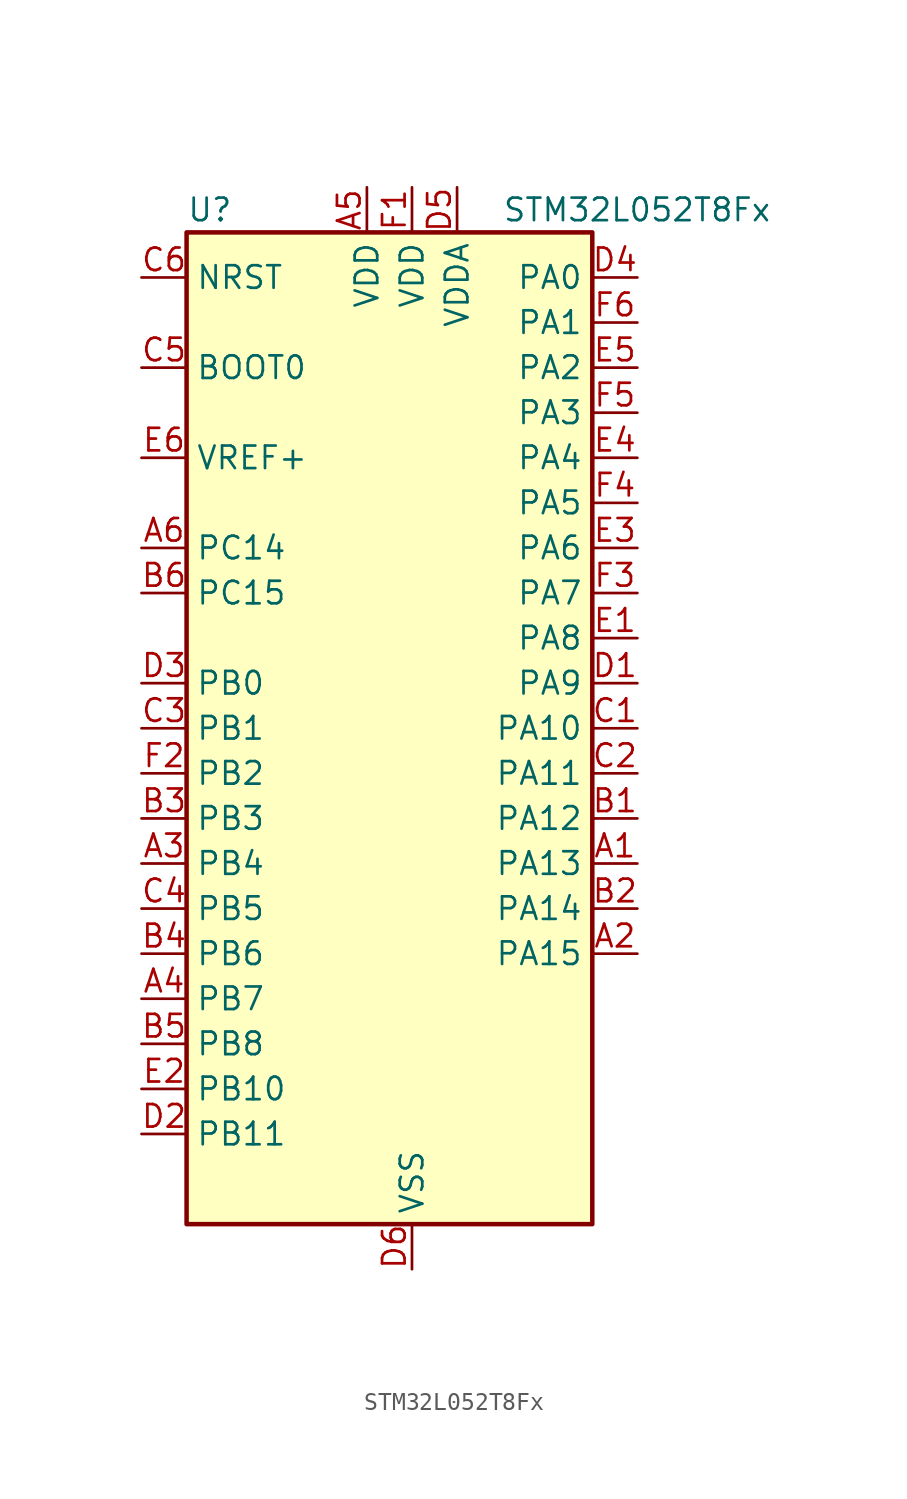
<source format=kicad_sym>
(kicad_symbol_lib
  (version 20220914)
  (generator kicad_symbol_editor)
  (symbol "STM32L052T8Fx"
    (property "Reference" "U"
      (at -10.16 29.21 0)
      (effects (font (size 1.27 1.27)) (justify left)))
    (property "Value" "STM32L052T8Fx"
      (at 7.62 29.21 0)
      (effects (font (size 1.27 1.27)) (justify left)))
    (property "ki_locked" ""
      (at 0 0 0)
      (effects (font (size 1.27 1.27))))
    (symbol "STM32L052T8Fx_0_1"
      (rectangle (start -10.16 -27.94) (end 12.7 27.94) (stroke (width 0.254) (type default)) (fill (type background))))
    (symbol "STM32L052T8Fx_1_1"
      (pin bidirectional line (at 15.24 -7.62 180) (length 2.54) (name "PA13" (effects (font (size 1.27 1.27)))) (number "A1" (effects (font (size 1.27 1.27)))) (alternate "SYS_SWDIO" bidirectional line) (alternate "USB_NOE" bidirectional line))
      (pin bidirectional line (at 15.24 -12.7 180) (length 2.54) (name "PA15" (effects (font (size 1.27 1.27)))) (number "A2" (effects (font (size 1.27 1.27)))) (alternate "SPI1_NSS" bidirectional line) (alternate "TIM2_CH1" bidirectional line) (alternate "TIM2_ETR" bidirectional line) (alternate "USART2_RX" bidirectional line))
      (pin bidirectional line (at -12.7 -7.62 0) (length 2.54) (name "PB4" (effects (font (size 1.27 1.27)))) (number "A3" (effects (font (size 1.27 1.27)))) (alternate "COMP2_INP" bidirectional line) (alternate "SPI1_MISO" bidirectional line) (alternate "TIM22_CH1" bidirectional line) (alternate "TSC_G5_IO2" bidirectional line))
      (pin bidirectional line (at -12.7 -15.24 0) (length 2.54) (name "PB7" (effects (font (size 1.27 1.27)))) (number "A4" (effects (font (size 1.27 1.27)))) (alternate "COMP2_INP" bidirectional line) (alternate "I2C1_SDA" bidirectional line) (alternate "LPTIM1_IN2" bidirectional line) (alternate "SYS_PVD_IN" bidirectional line) (alternate "TSC_G5_IO4" bidirectional line) (alternate "USART1_RX" bidirectional line))
      (pin power_in line (at 0 30.48 270) (length 2.54) (name "VDD" (effects (font (size 1.27 1.27)))) (number "A5" (effects (font (size 1.27 1.27)))))
      (pin bidirectional line (at -12.7 10.16 0) (length 2.54) (name "PC14" (effects (font (size 1.27 1.27)))) (number "A6" (effects (font (size 1.27 1.27)))) (alternate "RCC_OSC32_IN" bidirectional line))
      (pin bidirectional line (at 15.24 -5.08 180) (length 2.54) (name "PA12" (effects (font (size 1.27 1.27)))) (number "B1" (effects (font (size 1.27 1.27)))) (alternate "COMP2_OUT" bidirectional line) (alternate "SPI1_MOSI" bidirectional line) (alternate "TSC_G4_IO4" bidirectional line) (alternate "USART1_DE" bidirectional line) (alternate "USART1_RTS" bidirectional line) (alternate "USB_DP" bidirectional line))
      (pin bidirectional line (at 15.24 -10.16 180) (length 2.54) (name "PA14" (effects (font (size 1.27 1.27)))) (number "B2" (effects (font (size 1.27 1.27)))) (alternate "SYS_SWCLK" bidirectional line) (alternate "USART2_TX" bidirectional line))
      (pin bidirectional line (at -12.7 -5.08 0) (length 2.54) (name "PB3" (effects (font (size 1.27 1.27)))) (number "B3" (effects (font (size 1.27 1.27)))) (alternate "COMP2_INM" bidirectional line) (alternate "SPI1_SCK" bidirectional line) (alternate "TIM2_CH2" bidirectional line) (alternate "TSC_G5_IO1" bidirectional line))
      (pin bidirectional line (at -12.7 -12.7 0) (length 2.54) (name "PB6" (effects (font (size 1.27 1.27)))) (number "B4" (effects (font (size 1.27 1.27)))) (alternate "COMP2_INP" bidirectional line) (alternate "I2C1_SCL" bidirectional line) (alternate "LPTIM1_ETR" bidirectional line) (alternate "TSC_G5_IO3" bidirectional line) (alternate "USART1_TX" bidirectional line))
      (pin bidirectional line (at -12.7 -17.78 0) (length 2.54) (name "PB8" (effects (font (size 1.27 1.27)))) (number "B5" (effects (font (size 1.27 1.27)))) (alternate "I2C1_SCL" bidirectional line) (alternate "TSC_SYNC" bidirectional line))
      (pin bidirectional line (at -12.7 7.62 0) (length 2.54) (name "PC15" (effects (font (size 1.27 1.27)))) (number "B6" (effects (font (size 1.27 1.27)))) (alternate "RCC_OSC32_OUT" bidirectional line))
      (pin bidirectional line (at 15.24 0 180) (length 2.54) (name "PA10" (effects (font (size 1.27 1.27)))) (number "C1" (effects (font (size 1.27 1.27)))) (alternate "TSC_G4_IO2" bidirectional line) (alternate "USART1_RX" bidirectional line))
      (pin bidirectional line (at 15.24 -2.54 180) (length 2.54) (name "PA11" (effects (font (size 1.27 1.27)))) (number "C2" (effects (font (size 1.27 1.27)))) (alternate "ADC_EXTI11" bidirectional line) (alternate "COMP1_OUT" bidirectional line) (alternate "SPI1_MISO" bidirectional line) (alternate "TSC_G4_IO3" bidirectional line) (alternate "USART1_CTS" bidirectional line) (alternate "USB_DM" bidirectional line))
      (pin bidirectional line (at -12.7 0 0) (length 2.54) (name "PB1" (effects (font (size 1.27 1.27)))) (number "C3" (effects (font (size 1.27 1.27)))) (alternate "ADC_IN9" bidirectional line) (alternate "LPUART1_DE" bidirectional line) (alternate "LPUART1_RTS" bidirectional line) (alternate "SYS_VREF_OUT_PB1" bidirectional line) (alternate "TSC_G3_IO3" bidirectional line))
      (pin bidirectional line (at -12.7 -10.16 0) (length 2.54) (name "PB5" (effects (font (size 1.27 1.27)))) (number "C4" (effects (font (size 1.27 1.27)))) (alternate "COMP2_INP" bidirectional line) (alternate "I2C1_SMBA" bidirectional line) (alternate "LPTIM1_IN1" bidirectional line) (alternate "SPI1_MOSI" bidirectional line) (alternate "TIM22_CH2" bidirectional line))
      (pin input line (at -12.7 20.32 0) (length 2.54) (name "BOOT0" (effects (font (size 1.27 1.27)))) (number "C5" (effects (font (size 1.27 1.27)))))
      (pin input line (at -12.7 25.4 0) (length 2.54) (name "NRST" (effects (font (size 1.27 1.27)))) (number "C6" (effects (font (size 1.27 1.27)))))
      (pin bidirectional line (at 15.24 2.54 180) (length 2.54) (name "PA9" (effects (font (size 1.27 1.27)))) (number "D1" (effects (font (size 1.27 1.27)))) (alternate "DAC_EXTI9" bidirectional line) (alternate "RCC_MCO" bidirectional line) (alternate "TSC_G4_IO1" bidirectional line) (alternate "USART1_TX" bidirectional line))
      (pin bidirectional line (at -12.7 -22.86 0) (length 2.54) (name "PB11" (effects (font (size 1.27 1.27)))) (number "D2" (effects (font (size 1.27 1.27)))) (alternate "ADC_EXTI11" bidirectional line) (alternate "I2C2_SDA" bidirectional line) (alternate "LPUART1_RX" bidirectional line) (alternate "TIM2_CH4" bidirectional line) (alternate "TSC_G6_IO1" bidirectional line))
      (pin bidirectional line (at -12.7 2.54 0) (length 2.54) (name "PB0" (effects (font (size 1.27 1.27)))) (number "D3" (effects (font (size 1.27 1.27)))) (alternate "ADC_IN8" bidirectional line) (alternate "SYS_VREF_OUT_PB0" bidirectional line) (alternate "TSC_G3_IO2" bidirectional line))
      (pin bidirectional line (at 15.24 25.4 180) (length 2.54) (name "PA0" (effects (font (size 1.27 1.27)))) (number "D4" (effects (font (size 1.27 1.27)))) (alternate "ADC_IN0" bidirectional line) (alternate "COMP1_INM" bidirectional line) (alternate "COMP1_OUT" bidirectional line) (alternate "RTC_TAMP2" bidirectional line) (alternate "SYS_WKUP1" bidirectional line) (alternate "TIM2_CH1" bidirectional line) (alternate "TIM2_ETR" bidirectional line) (alternate "TSC_G1_IO1" bidirectional line) (alternate "USART2_CTS" bidirectional line))
      (pin power_in line (at 5.08 30.48 270) (length 2.54) (name "VDDA" (effects (font (size 1.27 1.27)))) (number "D5" (effects (font (size 1.27 1.27)))))
      (pin power_in line (at 2.54 -30.48 90) (length 2.54) (name "VSS" (effects (font (size 1.27 1.27)))) (number "D6" (effects (font (size 1.27 1.27)))))
      (pin bidirectional line (at 15.24 5.08 180) (length 2.54) (name "PA8" (effects (font (size 1.27 1.27)))) (number "E1" (effects (font (size 1.27 1.27)))) (alternate "CRS_SYNC" bidirectional line) (alternate "RCC_MCO" bidirectional line) (alternate "USART1_CK" bidirectional line))
      (pin bidirectional line (at -12.7 -20.32 0) (length 2.54) (name "PB10" (effects (font (size 1.27 1.27)))) (number "E2" (effects (font (size 1.27 1.27)))) (alternate "I2C2_SCL" bidirectional line) (alternate "LPUART1_TX" bidirectional line) (alternate "TIM2_CH3" bidirectional line) (alternate "TSC_SYNC" bidirectional line))
      (pin bidirectional line (at 15.24 10.16 180) (length 2.54) (name "PA6" (effects (font (size 1.27 1.27)))) (number "E3" (effects (font (size 1.27 1.27)))) (alternate "ADC_IN6" bidirectional line) (alternate "COMP1_OUT" bidirectional line) (alternate "LPUART1_CTS" bidirectional line) (alternate "SPI1_MISO" bidirectional line) (alternate "TIM22_CH1" bidirectional line) (alternate "TSC_G2_IO3" bidirectional line))
      (pin bidirectional line (at 15.24 15.24 180) (length 2.54) (name "PA4" (effects (font (size 1.27 1.27)))) (number "E4" (effects (font (size 1.27 1.27)))) (alternate "ADC_IN4" bidirectional line) (alternate "COMP1_INM" bidirectional line) (alternate "COMP2_INM" bidirectional line) (alternate "DAC_OUT1" bidirectional line) (alternate "SPI1_NSS" bidirectional line) (alternate "TIM22_ETR" bidirectional line) (alternate "TSC_G2_IO1" bidirectional line) (alternate "USART2_CK" bidirectional line))
      (pin bidirectional line (at 15.24 20.32 180) (length 2.54) (name "PA2" (effects (font (size 1.27 1.27)))) (number "E5" (effects (font (size 1.27 1.27)))) (alternate "ADC_IN2" bidirectional line) (alternate "COMP2_INM" bidirectional line) (alternate "COMP2_OUT" bidirectional line) (alternate "TIM21_CH1" bidirectional line) (alternate "TIM2_CH3" bidirectional line) (alternate "TSC_G1_IO3" bidirectional line) (alternate "USART2_TX" bidirectional line))
      (pin input line (at -12.7 15.24 0) (length 2.54) (name "VREF+" (effects (font (size 1.27 1.27)))) (number "E6" (effects (font (size 1.27 1.27)))))
      (pin power_in line (at 2.54 30.48 270) (length 2.54) (name "VDD" (effects (font (size 1.27 1.27)))) (number "F1" (effects (font (size 1.27 1.27)))))
      (pin bidirectional line (at -12.7 -2.54 0) (length 2.54) (name "PB2" (effects (font (size 1.27 1.27)))) (number "F2" (effects (font (size 1.27 1.27)))) (alternate "LPTIM1_OUT" bidirectional line) (alternate "TSC_G3_IO4" bidirectional line))
      (pin bidirectional line (at 15.24 7.62 180) (length 2.54) (name "PA7" (effects (font (size 1.27 1.27)))) (number "F3" (effects (font (size 1.27 1.27)))) (alternate "ADC_IN7" bidirectional line) (alternate "COMP2_OUT" bidirectional line) (alternate "SPI1_MOSI" bidirectional line) (alternate "TIM22_CH2" bidirectional line) (alternate "TSC_G2_IO4" bidirectional line))
      (pin bidirectional line (at 15.24 12.7 180) (length 2.54) (name "PA5" (effects (font (size 1.27 1.27)))) (number "F4" (effects (font (size 1.27 1.27)))) (alternate "ADC_IN5" bidirectional line) (alternate "COMP1_INM" bidirectional line) (alternate "COMP2_INM" bidirectional line) (alternate "SPI1_SCK" bidirectional line) (alternate "TIM2_CH1" bidirectional line) (alternate "TIM2_ETR" bidirectional line) (alternate "TSC_G2_IO2" bidirectional line))
      (pin bidirectional line (at 15.24 17.78 180) (length 2.54) (name "PA3" (effects (font (size 1.27 1.27)))) (number "F5" (effects (font (size 1.27 1.27)))) (alternate "ADC_IN3" bidirectional line) (alternate "COMP2_INP" bidirectional line) (alternate "TIM21_CH2" bidirectional line) (alternate "TIM2_CH4" bidirectional line) (alternate "TSC_G1_IO4" bidirectional line) (alternate "USART2_RX" bidirectional line))
      (pin bidirectional line (at 15.24 22.86 180) (length 2.54) (name "PA1" (effects (font (size 1.27 1.27)))) (number "F6" (effects (font (size 1.27 1.27)))) (alternate "ADC_IN1" bidirectional line) (alternate "COMP1_INP" bidirectional line) (alternate "TIM21_ETR" bidirectional line) (alternate "TIM2_CH2" bidirectional line) (alternate "TSC_G1_IO2" bidirectional line) (alternate "USART2_DE" bidirectional line) (alternate "USART2_RTS" bidirectional line)))))
</source>
